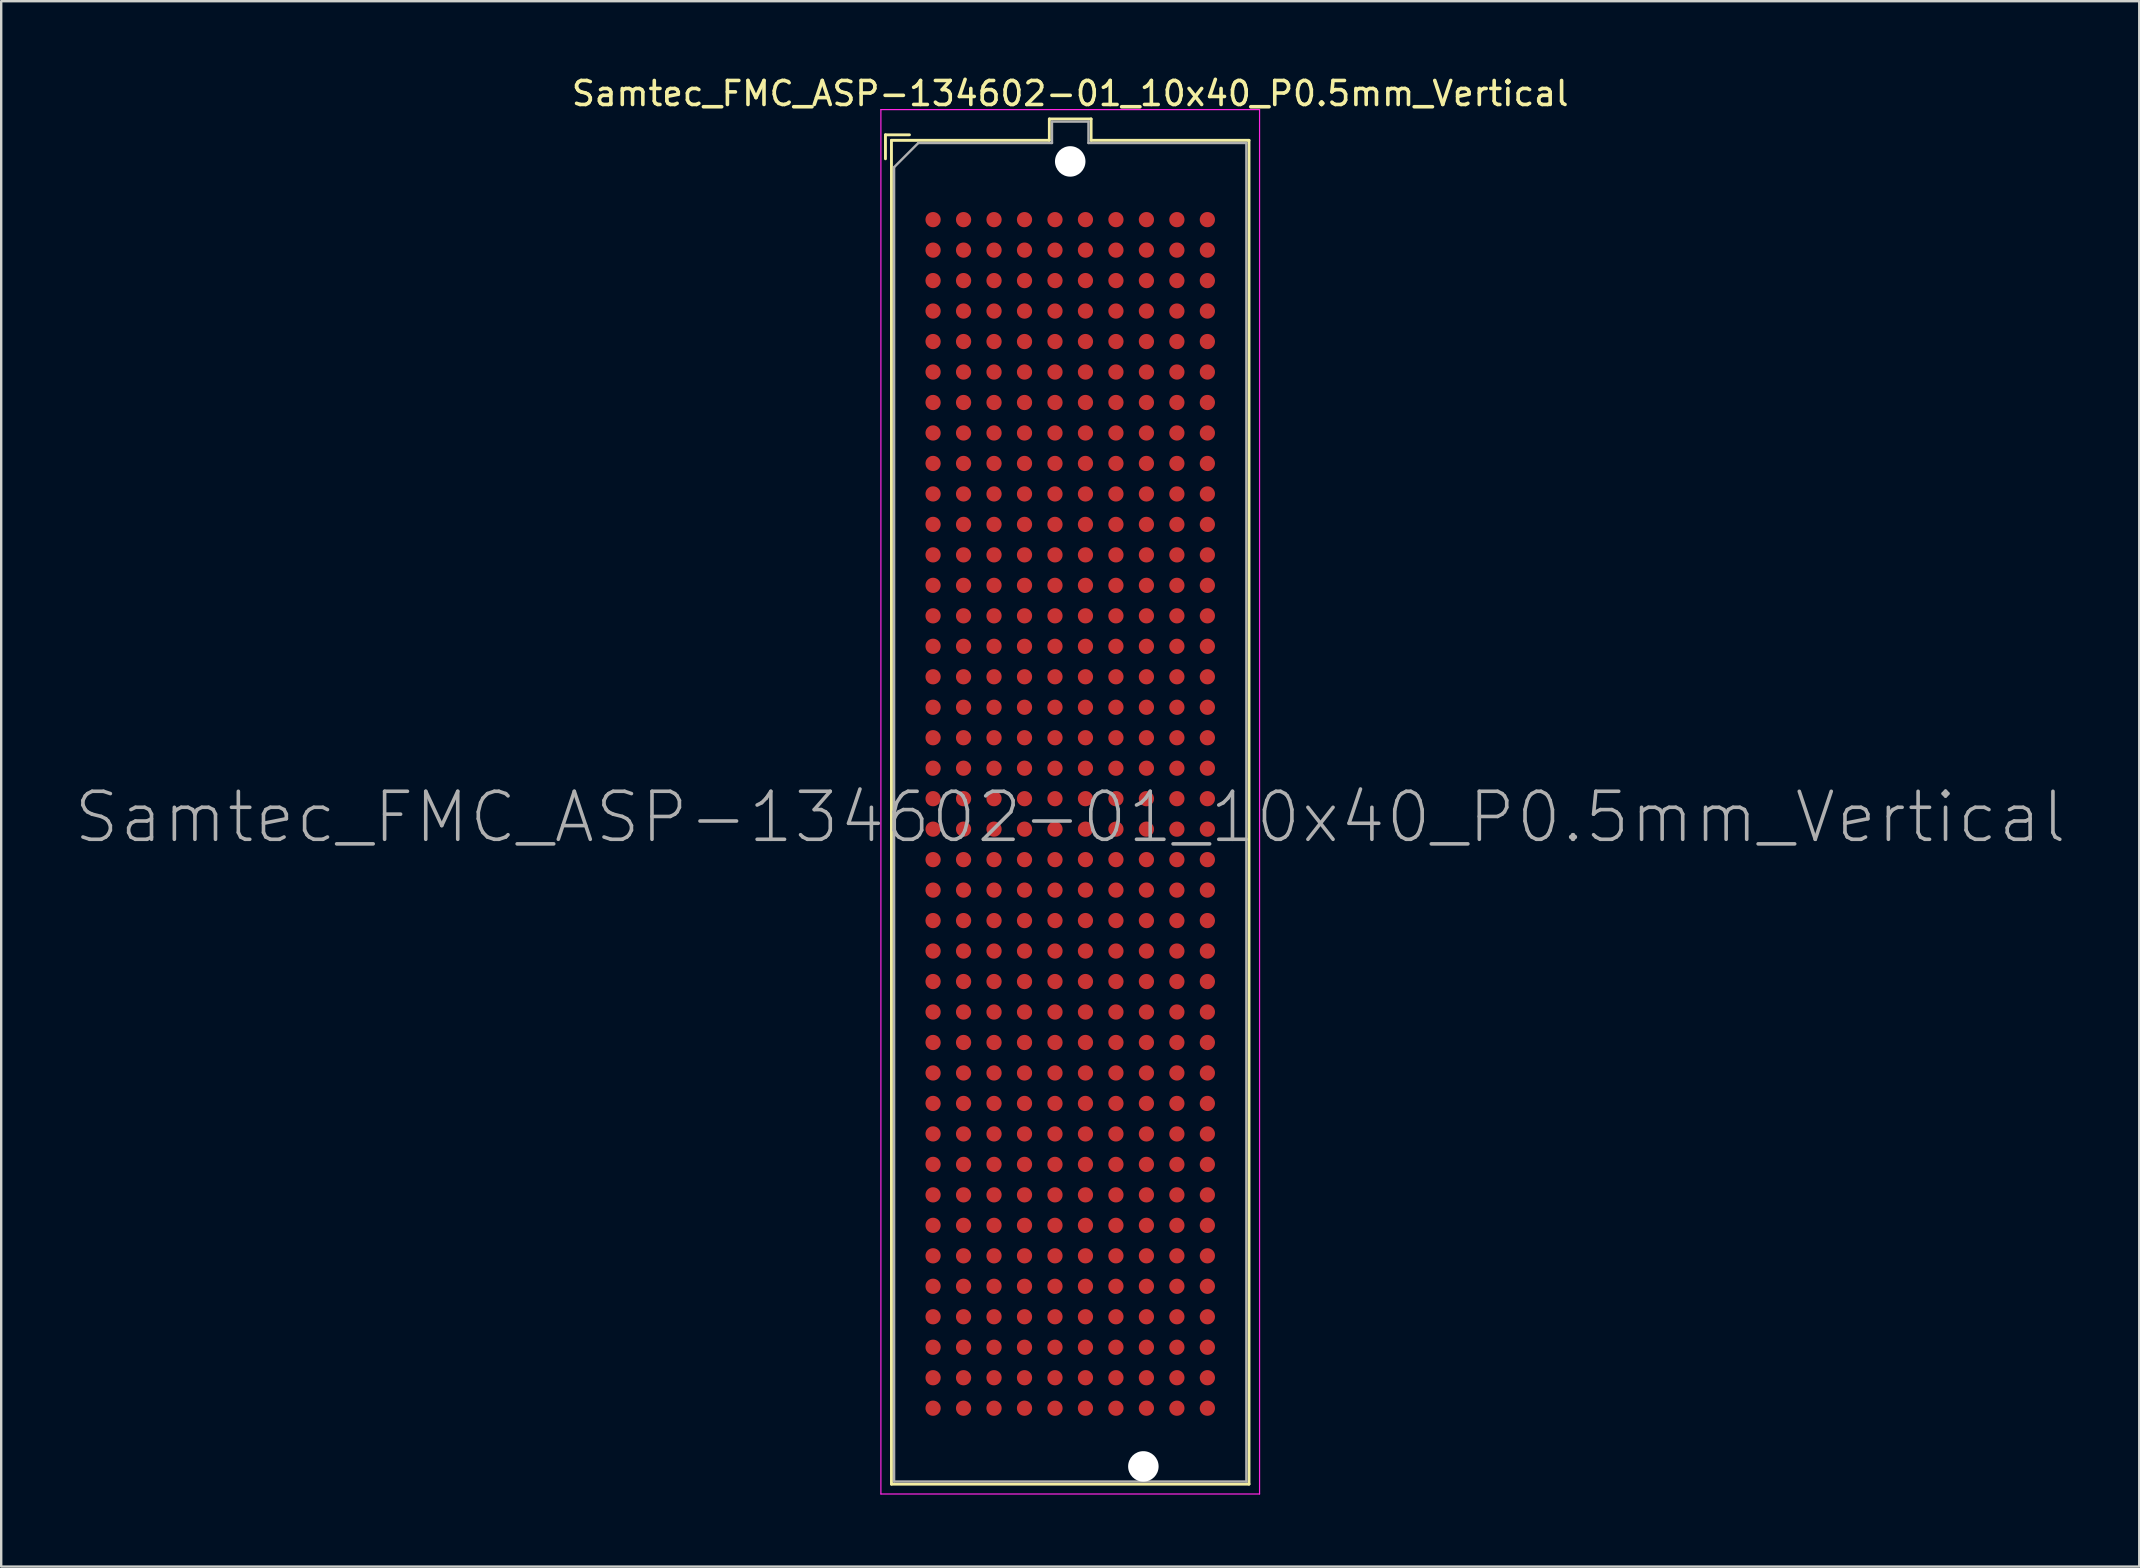
<source format=kicad_pcb>
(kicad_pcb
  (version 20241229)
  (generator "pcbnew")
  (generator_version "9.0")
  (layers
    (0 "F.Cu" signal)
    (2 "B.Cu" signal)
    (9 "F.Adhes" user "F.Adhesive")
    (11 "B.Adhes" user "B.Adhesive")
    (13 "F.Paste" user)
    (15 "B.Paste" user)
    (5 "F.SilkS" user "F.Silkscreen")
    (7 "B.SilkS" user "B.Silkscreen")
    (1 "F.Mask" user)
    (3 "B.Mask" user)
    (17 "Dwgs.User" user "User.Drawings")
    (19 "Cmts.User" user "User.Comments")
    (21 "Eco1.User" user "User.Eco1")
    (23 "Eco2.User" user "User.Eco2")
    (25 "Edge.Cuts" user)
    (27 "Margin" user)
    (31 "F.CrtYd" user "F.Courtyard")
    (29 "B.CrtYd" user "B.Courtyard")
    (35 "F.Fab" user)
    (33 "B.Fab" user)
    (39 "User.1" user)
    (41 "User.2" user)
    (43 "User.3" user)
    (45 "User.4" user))
  (footprint "Samtec_FMC_ASP-134602-01_10x40_P0.5mm_Vertical"
    (layer "F.Cu")
    (at 41.549 30.868)
    (property "Reference" "Samtec_FMC_ASP-134602-01_10x40_P0.5mm_Vertical" (at 0 -30.02 0) (layer "F.SilkS") (effects (font (size 1 1) (thickness 0.15))))
    (attr smd)
    (fp_line (start -7.7 -28.3) (end -6.7 -28.3) (stroke (width 0.12) (type solid)) (layer "F.SilkS"))
    (fp_line (start -7.7 -27.3) (end -7.7 -28.3) (stroke (width 0.12) (type solid)) (layer "F.SilkS"))
    (fp_line (start -7.45 -28.07) (end -7.45 27.93) (stroke (width 0.12) (type solid)) (layer "F.SilkS"))
    (fp_line (start -7.45 27.93) (end 7.45 27.93) (stroke (width 0.12) (type solid)) (layer "F.SilkS"))
    (fp_line (start -0.87 -28.96) (end -0.87 -28.07) (stroke (width 0.12) (type solid)) (layer "F.SilkS"))
    (fp_line (start -0.87 -28.07) (end -7.45 -28.07) (stroke (width 0.12) (type solid)) (layer "F.SilkS"))
    (fp_line (start 0.87 -28.96) (end -0.87 -28.96) (stroke (width 0.12) (type solid)) (layer "F.SilkS"))
    (fp_line (start 0.87 -28.07) (end 0.87 -28.96) (stroke (width 0.12) (type solid)) (layer "F.SilkS"))
    (fp_line (start 7.45 -28.07) (end 0.87 -28.07) (stroke (width 0.12) (type solid)) (layer "F.SilkS"))
    (fp_line (start 7.45 27.93) (end 7.45 -28.07) (stroke (width 0.12) (type solid)) (layer "F.SilkS"))
    (fp_line (start -7.89 -29.35) (end -7.89 28.34) (stroke (width 0.05) (type solid)) (layer "F.CrtYd"))
    (fp_line (start -7.89 -29.35) (end 7.89 -29.35) (stroke (width 0.05) (type solid)) (layer "F.CrtYd"))
    (fp_line (start -7.89 28.34) (end 7.89 28.34) (stroke (width 0.05) (type solid)) (layer "F.CrtYd"))
    (fp_line (start 7.89 -29.35) (end 7.89 28.34) (stroke (width 0.05) (type solid)) (layer "F.CrtYd"))
    (fp_line (start -7.34 -26.95) (end -6.33 -27.96) (stroke (width 0.1) (type solid)) (layer "F.Fab"))
    (fp_line (start -7.34 27.82) (end -7.34 -26.95) (stroke (width 0.1) (type solid)) (layer "F.Fab"))
    (fp_line (start -7.34 27.82) (end 7.34 27.82) (stroke (width 0.1) (type solid)) (layer "F.Fab"))
    (fp_line (start -0.76 -28.85) (end 0.76 -28.85) (stroke (width 0.1) (type solid)) (layer "F.Fab"))
    (fp_line (start -0.76 -27.96) (end -6.33 -27.96) (stroke (width 0.1) (type solid)) (layer "F.Fab"))
    (fp_line (start -0.76 -27.96) (end -0.76 -28.85) (stroke (width 0.1) (type solid)) (layer "F.Fab"))
    (fp_line (start 0.76 -27.96) (end 0.76 -28.85) (stroke (width 0.1) (type solid)) (layer "F.Fab"))
    (fp_line (start 0.76 -27.96) (end 7.34 -27.96) (stroke (width 0.1) (type solid)) (layer "F.Fab"))
    (fp_line (start 7.34 27.82) (end 7.34 -27.96) (stroke (width 0.1) (type solid)) (layer "F.Fab"))
    (fp_text user "${REFERENCE}" (at 0 0.14 0) (layer "F.Fab") (effects (font (size 2 2) (thickness 0.15))))
    (pad "" np_thru_hole circle (at 0 -27.191 90) (size 1.27 1.27) (drill 1.27) (layers "*.Cu" "*.Paste" "*.Mask"))
    (pad "" np_thru_hole circle (at 3.048 27.191 90) (size 1.27 1.27) (drill 1.27) (layers "*.Cu" "*.Paste" "*.Mask"))
    (pad "A1" smd circle (at -5.715 -24.765 90) (size 0.635 0.635) (layers "F.Cu" "F.Mask" "F.Paste"))
    (pad "A2" smd circle (at -5.715 -23.495 90) (size 0.635 0.635) (layers "F.Cu" "F.Mask" "F.Paste"))
    (pad "A3" smd circle (at -5.715 -22.225 90) (size 0.635 0.635) (layers "F.Cu" "F.Mask" "F.Paste"))
    (pad "A4" smd circle (at -5.715 -20.955 90) (size 0.635 0.635) (layers "F.Cu" "F.Mask" "F.Paste"))
    (pad "A5" smd circle (at -5.715 -19.685 90) (size 0.635 0.635) (layers "F.Cu" "F.Mask" "F.Paste"))
    (pad "A6" smd circle (at -5.715 -18.415 90) (size 0.635 0.635) (layers "F.Cu" "F.Mask" "F.Paste"))
    (pad "A7" smd circle (at -5.715 -17.145 90) (size 0.635 0.635) (layers "F.Cu" "F.Mask" "F.Paste"))
    (pad "A8" smd circle (at -5.715 -15.875 90) (size 0.635 0.635) (layers "F.Cu" "F.Mask" "F.Paste"))
    (pad "A9" smd circle (at -5.715 -14.605 90) (size 0.635 0.635) (layers "F.Cu" "F.Mask" "F.Paste"))
    (pad "A10" smd circle (at -5.715 -13.335 90) (size 0.635 0.635) (layers "F.Cu" "F.Mask" "F.Paste"))
    (pad "A11" smd circle (at -5.715 -12.065 90) (size 0.635 0.635) (layers "F.Cu" "F.Mask" "F.Paste"))
    (pad "A12" smd circle (at -5.715 -10.795 90) (size 0.635 0.635) (layers "F.Cu" "F.Mask" "F.Paste"))
    (pad "A13" smd circle (at -5.715 -9.525 90) (size 0.635 0.635) (layers "F.Cu" "F.Mask" "F.Paste"))
    (pad "A14" smd circle (at -5.715 -8.255 90) (size 0.635 0.635) (layers "F.Cu" "F.Mask" "F.Paste"))
    (pad "A15" smd circle (at -5.715 -6.985 90) (size 0.635 0.635) (layers "F.Cu" "F.Mask" "F.Paste"))
    (pad "A16" smd circle (at -5.715 -5.715 90) (size 0.635 0.635) (layers "F.Cu" "F.Mask" "F.Paste"))
    (pad "A17" smd circle (at -5.715 -4.445 90) (size 0.635 0.635) (layers "F.Cu" "F.Mask" "F.Paste"))
    (pad "A18" smd circle (at -5.715 -3.175 90) (size 0.635 0.635) (layers "F.Cu" "F.Mask" "F.Paste"))
    (pad "A19" smd circle (at -5.715 -1.905 90) (size 0.635 0.635) (layers "F.Cu" "F.Mask" "F.Paste"))
    (pad "A20" smd circle (at -5.715 -0.635 90) (size 0.635 0.635) (layers "F.Cu" "F.Mask" "F.Paste"))
    (pad "A21" smd circle (at -5.715 0.635 90) (size 0.635 0.635) (layers "F.Cu" "F.Mask" "F.Paste"))
    (pad "A22" smd circle (at -5.715 1.905 90) (size 0.635 0.635) (layers "F.Cu" "F.Mask" "F.Paste"))
    (pad "A23" smd circle (at -5.715 3.175 90) (size 0.635 0.635) (layers "F.Cu" "F.Mask" "F.Paste"))
    (pad "A24" smd circle (at -5.715 4.445 90) (size 0.635 0.635) (layers "F.Cu" "F.Mask" "F.Paste"))
    (pad "A25" smd circle (at -5.715 5.715 90) (size 0.635 0.635) (layers "F.Cu" "F.Mask" "F.Paste"))
    (pad "A26" smd circle (at -5.715 6.985 90) (size 0.635 0.635) (layers "F.Cu" "F.Mask" "F.Paste"))
    (pad "A27" smd circle (at -5.715 8.255 90) (size 0.635 0.635) (layers "F.Cu" "F.Mask" "F.Paste"))
    (pad "A28" smd circle (at -5.715 9.525 90) (size 0.635 0.635) (layers "F.Cu" "F.Mask" "F.Paste"))
    (pad "A29" smd circle (at -5.715 10.795 90) (size 0.635 0.635) (layers "F.Cu" "F.Mask" "F.Paste"))
    (pad "A30" smd circle (at -5.715 12.065 90) (size 0.635 0.635) (layers "F.Cu" "F.Mask" "F.Paste"))
    (pad "A31" smd circle (at -5.715 13.335 90) (size 0.635 0.635) (layers "F.Cu" "F.Mask" "F.Paste"))
    (pad "A32" smd circle (at -5.715 14.605 90) (size 0.635 0.635) (layers "F.Cu" "F.Mask" "F.Paste"))
    (pad "A33" smd circle (at -5.715 15.875 90) (size 0.635 0.635) (layers "F.Cu" "F.Mask" "F.Paste"))
    (pad "A34" smd circle (at -5.715 17.145 90) (size 0.635 0.635) (layers "F.Cu" "F.Mask" "F.Paste"))
    (pad "A35" smd circle (at -5.715 18.415 90) (size 0.635 0.635) (layers "F.Cu" "F.Mask" "F.Paste"))
    (pad "A36" smd circle (at -5.715 19.685 90) (size 0.635 0.635) (layers "F.Cu" "F.Mask" "F.Paste"))
    (pad "A37" smd circle (at -5.715 20.955 90) (size 0.635 0.635) (layers "F.Cu" "F.Mask" "F.Paste"))
    (pad "A38" smd circle (at -5.715 22.225 90) (size 0.635 0.635) (layers "F.Cu" "F.Mask" "F.Paste"))
    (pad "A39" smd circle (at -5.715 23.495 90) (size 0.635 0.635) (layers "F.Cu" "F.Mask" "F.Paste"))
    (pad "A40" smd circle (at -5.715 24.765 90) (size 0.635 0.635) (layers "F.Cu" "F.Mask" "F.Paste"))
    (pad "B1" smd circle (at -4.445 -24.765 90) (size 0.635 0.635) (layers "F.Cu" "F.Mask" "F.Paste"))
    (pad "B2" smd circle (at -4.445 -23.495 90) (size 0.635 0.635) (layers "F.Cu" "F.Mask" "F.Paste"))
    (pad "B3" smd circle (at -4.445 -22.225 90) (size 0.635 0.635) (layers "F.Cu" "F.Mask" "F.Paste"))
    (pad "B4" smd circle (at -4.445 -20.955 90) (size 0.635 0.635) (layers "F.Cu" "F.Mask" "F.Paste"))
    (pad "B5" smd circle (at -4.445 -19.685 90) (size 0.635 0.635) (layers "F.Cu" "F.Mask" "F.Paste"))
    (pad "B6" smd circle (at -4.445 -18.415 90) (size 0.635 0.635) (layers "F.Cu" "F.Mask" "F.Paste"))
    (pad "B7" smd circle (at -4.445 -17.145 90) (size 0.635 0.635) (layers "F.Cu" "F.Mask" "F.Paste"))
    (pad "B8" smd circle (at -4.445 -15.875 90) (size 0.635 0.635) (layers "F.Cu" "F.Mask" "F.Paste"))
    (pad "B9" smd circle (at -4.445 -14.605 90) (size 0.635 0.635) (layers "F.Cu" "F.Mask" "F.Paste"))
    (pad "B10" smd circle (at -4.445 -13.335 90) (size 0.635 0.635) (layers "F.Cu" "F.Mask" "F.Paste"))
    (pad "B11" smd circle (at -4.445 -12.065 90) (size 0.635 0.635) (layers "F.Cu" "F.Mask" "F.Paste"))
    (pad "B12" smd circle (at -4.445 -10.795 90) (size 0.635 0.635) (layers "F.Cu" "F.Mask" "F.Paste"))
    (pad "B13" smd circle (at -4.445 -9.525 90) (size 0.635 0.635) (layers "F.Cu" "F.Mask" "F.Paste"))
    (pad "B14" smd circle (at -4.445 -8.255 90) (size 0.635 0.635) (layers "F.Cu" "F.Mask" "F.Paste"))
    (pad "B15" smd circle (at -4.445 -6.985 90) (size 0.635 0.635) (layers "F.Cu" "F.Mask" "F.Paste"))
    (pad "B16" smd circle (at -4.445 -5.715 90) (size 0.635 0.635) (layers "F.Cu" "F.Mask" "F.Paste"))
    (pad "B17" smd circle (at -4.445 -4.445 90) (size 0.635 0.635) (layers "F.Cu" "F.Mask" "F.Paste"))
    (pad "B18" smd circle (at -4.445 -3.175 90) (size 0.635 0.635) (layers "F.Cu" "F.Mask" "F.Paste"))
    (pad "B19" smd circle (at -4.445 -1.905 90) (size 0.635 0.635) (layers "F.Cu" "F.Mask" "F.Paste"))
    (pad "B20" smd circle (at -4.445 -0.635 90) (size 0.635 0.635) (layers "F.Cu" "F.Mask" "F.Paste"))
    (pad "B21" smd circle (at -4.445 0.635 90) (size 0.635 0.635) (layers "F.Cu" "F.Mask" "F.Paste"))
    (pad "B22" smd circle (at -4.445 1.905 90) (size 0.635 0.635) (layers "F.Cu" "F.Mask" "F.Paste"))
    (pad "B23" smd circle (at -4.445 3.175 90) (size 0.635 0.635) (layers "F.Cu" "F.Mask" "F.Paste"))
    (pad "B24" smd circle (at -4.445 4.445 90) (size 0.635 0.635) (layers "F.Cu" "F.Mask" "F.Paste"))
    (pad "B25" smd circle (at -4.445 5.715 90) (size 0.635 0.635) (layers "F.Cu" "F.Mask" "F.Paste"))
    (pad "B26" smd circle (at -4.445 6.985 90) (size 0.635 0.635) (layers "F.Cu" "F.Mask" "F.Paste"))
    (pad "B27" smd circle (at -4.445 8.255 90) (size 0.635 0.635) (layers "F.Cu" "F.Mask" "F.Paste"))
    (pad "B28" smd circle (at -4.445 9.525 90) (size 0.635 0.635) (layers "F.Cu" "F.Mask" "F.Paste"))
    (pad "B29" smd circle (at -4.445 10.795 90) (size 0.635 0.635) (layers "F.Cu" "F.Mask" "F.Paste"))
    (pad "B30" smd circle (at -4.445 12.065 90) (size 0.635 0.635) (layers "F.Cu" "F.Mask" "F.Paste"))
    (pad "B31" smd circle (at -4.445 13.335 90) (size 0.635 0.635) (layers "F.Cu" "F.Mask" "F.Paste"))
    (pad "B32" smd circle (at -4.445 14.605 90) (size 0.635 0.635) (layers "F.Cu" "F.Mask" "F.Paste"))
    (pad "B33" smd circle (at -4.445 15.875 90) (size 0.635 0.635) (layers "F.Cu" "F.Mask" "F.Paste"))
    (pad "B34" smd circle (at -4.445 17.145 90) (size 0.635 0.635) (layers "F.Cu" "F.Mask" "F.Paste"))
    (pad "B35" smd circle (at -4.445 18.415 90) (size 0.635 0.635) (layers "F.Cu" "F.Mask" "F.Paste"))
    (pad "B36" smd circle (at -4.445 19.685 90) (size 0.635 0.635) (layers "F.Cu" "F.Mask" "F.Paste"))
    (pad "B37" smd circle (at -4.445 20.955 90) (size 0.635 0.635) (layers "F.Cu" "F.Mask" "F.Paste"))
    (pad "B38" smd circle (at -4.445 22.225 90) (size 0.635 0.635) (layers "F.Cu" "F.Mask" "F.Paste"))
    (pad "B39" smd circle (at -4.445 23.495 90) (size 0.635 0.635) (layers "F.Cu" "F.Mask" "F.Paste"))
    (pad "B40" smd circle (at -4.445 24.765 90) (size 0.635 0.635) (layers "F.Cu" "F.Mask" "F.Paste"))
    (pad "C1" smd circle (at -3.175 -24.765 90) (size 0.635 0.635) (layers "F.Cu" "F.Mask" "F.Paste"))
    (pad "C2" smd circle (at -3.175 -23.495 90) (size 0.635 0.635) (layers "F.Cu" "F.Mask" "F.Paste"))
    (pad "C3" smd circle (at -3.175 -22.225 90) (size 0.635 0.635) (layers "F.Cu" "F.Mask" "F.Paste"))
    (pad "C4" smd circle (at -3.175 -20.955 90) (size 0.635 0.635) (layers "F.Cu" "F.Mask" "F.Paste"))
    (pad "C5" smd circle (at -3.175 -19.685 90) (size 0.635 0.635) (layers "F.Cu" "F.Mask" "F.Paste"))
    (pad "C6" smd circle (at -3.175 -18.415 90) (size 0.635 0.635) (layers "F.Cu" "F.Mask" "F.Paste"))
    (pad "C7" smd circle (at -3.175 -17.145 90) (size 0.635 0.635) (layers "F.Cu" "F.Mask" "F.Paste"))
    (pad "C8" smd circle (at -3.175 -15.875 90) (size 0.635 0.635) (layers "F.Cu" "F.Mask" "F.Paste"))
    (pad "C9" smd circle (at -3.175 -14.605 90) (size 0.635 0.635) (layers "F.Cu" "F.Mask" "F.Paste"))
    (pad "C10" smd circle (at -3.175 -13.335 90) (size 0.635 0.635) (layers "F.Cu" "F.Mask" "F.Paste"))
    (pad "C11" smd circle (at -3.175 -12.065 90) (size 0.635 0.635) (layers "F.Cu" "F.Mask" "F.Paste"))
    (pad "C12" smd circle (at -3.175 -10.795 90) (size 0.635 0.635) (layers "F.Cu" "F.Mask" "F.Paste"))
    (pad "C13" smd circle (at -3.175 -9.525 90) (size 0.635 0.635) (layers "F.Cu" "F.Mask" "F.Paste"))
    (pad "C14" smd circle (at -3.175 -8.255 90) (size 0.635 0.635) (layers "F.Cu" "F.Mask" "F.Paste"))
    (pad "C15" smd circle (at -3.175 -6.985 90) (size 0.635 0.635) (layers "F.Cu" "F.Mask" "F.Paste"))
    (pad "C16" smd circle (at -3.175 -5.715 90) (size 0.635 0.635) (layers "F.Cu" "F.Mask" "F.Paste"))
    (pad "C17" smd circle (at -3.175 -4.445 90) (size 0.635 0.635) (layers "F.Cu" "F.Mask" "F.Paste"))
    (pad "C18" smd circle (at -3.175 -3.175 90) (size 0.635 0.635) (layers "F.Cu" "F.Mask" "F.Paste"))
    (pad "C19" smd circle (at -3.175 -1.905 90) (size 0.635 0.635) (layers "F.Cu" "F.Mask" "F.Paste"))
    (pad "C20" smd circle (at -3.175 -0.635 90) (size 0.635 0.635) (layers "F.Cu" "F.Mask" "F.Paste"))
    (pad "C21" smd circle (at -3.175 0.635 90) (size 0.635 0.635) (layers "F.Cu" "F.Mask" "F.Paste"))
    (pad "C22" smd circle (at -3.175 1.905 90) (size 0.635 0.635) (layers "F.Cu" "F.Mask" "F.Paste"))
    (pad "C23" smd circle (at -3.175 3.175 90) (size 0.635 0.635) (layers "F.Cu" "F.Mask" "F.Paste"))
    (pad "C24" smd circle (at -3.175 4.445 90) (size 0.635 0.635) (layers "F.Cu" "F.Mask" "F.Paste"))
    (pad "C25" smd circle (at -3.175 5.715 90) (size 0.635 0.635) (layers "F.Cu" "F.Mask" "F.Paste"))
    (pad "C26" smd circle (at -3.175 6.985 90) (size 0.635 0.635) (layers "F.Cu" "F.Mask" "F.Paste"))
    (pad "C27" smd circle (at -3.175 8.255 90) (size 0.635 0.635) (layers "F.Cu" "F.Mask" "F.Paste"))
    (pad "C28" smd circle (at -3.175 9.525 90) (size 0.635 0.635) (layers "F.Cu" "F.Mask" "F.Paste"))
    (pad "C29" smd circle (at -3.175 10.795 90) (size 0.635 0.635) (layers "F.Cu" "F.Mask" "F.Paste"))
    (pad "C30" smd circle (at -3.175 12.065 90) (size 0.635 0.635) (layers "F.Cu" "F.Mask" "F.Paste"))
    (pad "C31" smd circle (at -3.175 13.335 90) (size 0.635 0.635) (layers "F.Cu" "F.Mask" "F.Paste"))
    (pad "C32" smd circle (at -3.175 14.605 90) (size 0.635 0.635) (layers "F.Cu" "F.Mask" "F.Paste"))
    (pad "C33" smd circle (at -3.175 15.875 90) (size 0.635 0.635) (layers "F.Cu" "F.Mask" "F.Paste"))
    (pad "C34" smd circle (at -3.175 17.145 90) (size 0.635 0.635) (layers "F.Cu" "F.Mask" "F.Paste"))
    (pad "C35" smd circle (at -3.175 18.415 90) (size 0.635 0.635) (layers "F.Cu" "F.Mask" "F.Paste"))
    (pad "C36" smd circle (at -3.175 19.685 90) (size 0.635 0.635) (layers "F.Cu" "F.Mask" "F.Paste"))
    (pad "C37" smd circle (at -3.175 20.955 90) (size 0.635 0.635) (layers "F.Cu" "F.Mask" "F.Paste"))
    (pad "C38" smd circle (at -3.175 22.225 90) (size 0.635 0.635) (layers "F.Cu" "F.Mask" "F.Paste"))
    (pad "C39" smd circle (at -3.175 23.495 90) (size 0.635 0.635) (layers "F.Cu" "F.Mask" "F.Paste"))
    (pad "C40" smd circle (at -3.175 24.765 90) (size 0.635 0.635) (layers "F.Cu" "F.Mask" "F.Paste"))
    (pad "D1" smd circle (at -1.905 -24.765 90) (size 0.635 0.635) (layers "F.Cu" "F.Mask" "F.Paste"))
    (pad "D2" smd circle (at -1.905 -23.495 90) (size 0.635 0.635) (layers "F.Cu" "F.Mask" "F.Paste"))
    (pad "D3" smd circle (at -1.905 -22.225 90) (size 0.635 0.635) (layers "F.Cu" "F.Mask" "F.Paste"))
    (pad "D4" smd circle (at -1.905 -20.955 90) (size 0.635 0.635) (layers "F.Cu" "F.Mask" "F.Paste"))
    (pad "D5" smd circle (at -1.905 -19.685 90) (size 0.635 0.635) (layers "F.Cu" "F.Mask" "F.Paste"))
    (pad "D6" smd circle (at -1.905 -18.415 90) (size 0.635 0.635) (layers "F.Cu" "F.Mask" "F.Paste"))
    (pad "D7" smd circle (at -1.905 -17.145 90) (size 0.635 0.635) (layers "F.Cu" "F.Mask" "F.Paste"))
    (pad "D8" smd circle (at -1.905 -15.875 90) (size 0.635 0.635) (layers "F.Cu" "F.Mask" "F.Paste"))
    (pad "D9" smd circle (at -1.905 -14.605 90) (size 0.635 0.635) (layers "F.Cu" "F.Mask" "F.Paste"))
    (pad "D10" smd circle (at -1.905 -13.335 90) (size 0.635 0.635) (layers "F.Cu" "F.Mask" "F.Paste"))
    (pad "D11" smd circle (at -1.905 -12.065 90) (size 0.635 0.635) (layers "F.Cu" "F.Mask" "F.Paste"))
    (pad "D12" smd circle (at -1.905 -10.795 90) (size 0.635 0.635) (layers "F.Cu" "F.Mask" "F.Paste"))
    (pad "D13" smd circle (at -1.905 -9.525 90) (size 0.635 0.635) (layers "F.Cu" "F.Mask" "F.Paste"))
    (pad "D14" smd circle (at -1.905 -8.255 90) (size 0.635 0.635) (layers "F.Cu" "F.Mask" "F.Paste"))
    (pad "D15" smd circle (at -1.905 -6.985 90) (size 0.635 0.635) (layers "F.Cu" "F.Mask" "F.Paste"))
    (pad "D16" smd circle (at -1.905 -5.715 90) (size 0.635 0.635) (layers "F.Cu" "F.Mask" "F.Paste"))
    (pad "D17" smd circle (at -1.905 -4.445 90) (size 0.635 0.635) (layers "F.Cu" "F.Mask" "F.Paste"))
    (pad "D18" smd circle (at -1.905 -3.175 90) (size 0.635 0.635) (layers "F.Cu" "F.Mask" "F.Paste"))
    (pad "D19" smd circle (at -1.905 -1.905 90) (size 0.635 0.635) (layers "F.Cu" "F.Mask" "F.Paste"))
    (pad "D20" smd circle (at -1.905 -0.635 90) (size 0.635 0.635) (layers "F.Cu" "F.Mask" "F.Paste"))
    (pad "D21" smd circle (at -1.905 0.635 90) (size 0.635 0.635) (layers "F.Cu" "F.Mask" "F.Paste"))
    (pad "D22" smd circle (at -1.905 1.905 90) (size 0.635 0.635) (layers "F.Cu" "F.Mask" "F.Paste"))
    (pad "D23" smd circle (at -1.905 3.175 90) (size 0.635 0.635) (layers "F.Cu" "F.Mask" "F.Paste"))
    (pad "D24" smd circle (at -1.905 4.445 90) (size 0.635 0.635) (layers "F.Cu" "F.Mask" "F.Paste"))
    (pad "D25" smd circle (at -1.905 5.715 90) (size 0.635 0.635) (layers "F.Cu" "F.Mask" "F.Paste"))
    (pad "D26" smd circle (at -1.905 6.985 90) (size 0.635 0.635) (layers "F.Cu" "F.Mask" "F.Paste"))
    (pad "D27" smd circle (at -1.905 8.255 90) (size 0.635 0.635) (layers "F.Cu" "F.Mask" "F.Paste"))
    (pad "D28" smd circle (at -1.905 9.525 90) (size 0.635 0.635) (layers "F.Cu" "F.Mask" "F.Paste"))
    (pad "D29" smd circle (at -1.905 10.795 90) (size 0.635 0.635) (layers "F.Cu" "F.Mask" "F.Paste"))
    (pad "D30" smd circle (at -1.905 12.065 90) (size 0.635 0.635) (layers "F.Cu" "F.Mask" "F.Paste"))
    (pad "D31" smd circle (at -1.905 13.335 90) (size 0.635 0.635) (layers "F.Cu" "F.Mask" "F.Paste"))
    (pad "D32" smd circle (at -1.905 14.605 90) (size 0.635 0.635) (layers "F.Cu" "F.Mask" "F.Paste"))
    (pad "D33" smd circle (at -1.905 15.875 90) (size 0.635 0.635) (layers "F.Cu" "F.Mask" "F.Paste"))
    (pad "D34" smd circle (at -1.905 17.145 90) (size 0.635 0.635) (layers "F.Cu" "F.Mask" "F.Paste"))
    (pad "D35" smd circle (at -1.905 18.415 90) (size 0.635 0.635) (layers "F.Cu" "F.Mask" "F.Paste"))
    (pad "D36" smd circle (at -1.905 19.685 90) (size 0.635 0.635) (layers "F.Cu" "F.Mask" "F.Paste"))
    (pad "D37" smd circle (at -1.905 20.955 90) (size 0.635 0.635) (layers "F.Cu" "F.Mask" "F.Paste"))
    (pad "D38" smd circle (at -1.905 22.225 90) (size 0.635 0.635) (layers "F.Cu" "F.Mask" "F.Paste"))
    (pad "D39" smd circle (at -1.905 23.495 90) (size 0.635 0.635) (layers "F.Cu" "F.Mask" "F.Paste"))
    (pad "D40" smd circle (at -1.905 24.765 90) (size 0.635 0.635) (layers "F.Cu" "F.Mask" "F.Paste"))
    (pad "E1" smd circle (at -0.635 -24.765 90) (size 0.635 0.635) (layers "F.Cu" "F.Mask" "F.Paste"))
    (pad "E2" smd circle (at -0.635 -23.495 90) (size 0.635 0.635) (layers "F.Cu" "F.Mask" "F.Paste"))
    (pad "E3" smd circle (at -0.635 -22.225 90) (size 0.635 0.635) (layers "F.Cu" "F.Mask" "F.Paste"))
    (pad "E4" smd circle (at -0.635 -20.955 90) (size 0.635 0.635) (layers "F.Cu" "F.Mask" "F.Paste"))
    (pad "E5" smd circle (at -0.635 -19.685 90) (size 0.635 0.635) (layers "F.Cu" "F.Mask" "F.Paste"))
    (pad "E6" smd circle (at -0.635 -18.415 90) (size 0.635 0.635) (layers "F.Cu" "F.Mask" "F.Paste"))
    (pad "E7" smd circle (at -0.635 -17.145 90) (size 0.635 0.635) (layers "F.Cu" "F.Mask" "F.Paste"))
    (pad "E8" smd circle (at -0.635 -15.875 90) (size 0.635 0.635) (layers "F.Cu" "F.Mask" "F.Paste"))
    (pad "E9" smd circle (at -0.635 -14.605 90) (size 0.635 0.635) (layers "F.Cu" "F.Mask" "F.Paste"))
    (pad "E10" smd circle (at -0.635 -13.335 90) (size 0.635 0.635) (layers "F.Cu" "F.Mask" "F.Paste"))
    (pad "E11" smd circle (at -0.635 -12.065 90) (size 0.635 0.635) (layers "F.Cu" "F.Mask" "F.Paste"))
    (pad "E12" smd circle (at -0.635 -10.795 90) (size 0.635 0.635) (layers "F.Cu" "F.Mask" "F.Paste"))
    (pad "E13" smd circle (at -0.635 -9.525 90) (size 0.635 0.635) (layers "F.Cu" "F.Mask" "F.Paste"))
    (pad "E14" smd circle (at -0.635 -8.255 90) (size 0.635 0.635) (layers "F.Cu" "F.Mask" "F.Paste"))
    (pad "E15" smd circle (at -0.635 -6.985 90) (size 0.635 0.635) (layers "F.Cu" "F.Mask" "F.Paste"))
    (pad "E16" smd circle (at -0.635 -5.715 90) (size 0.635 0.635) (layers "F.Cu" "F.Mask" "F.Paste"))
    (pad "E17" smd circle (at -0.635 -4.445 90) (size 0.635 0.635) (layers "F.Cu" "F.Mask" "F.Paste"))
    (pad "E18" smd circle (at -0.635 -3.175 90) (size 0.635 0.635) (layers "F.Cu" "F.Mask" "F.Paste"))
    (pad "E19" smd circle (at -0.635 -1.905 90) (size 0.635 0.635) (layers "F.Cu" "F.Mask" "F.Paste"))
    (pad "E20" smd circle (at -0.635 -0.635 90) (size 0.635 0.635) (layers "F.Cu" "F.Mask" "F.Paste"))
    (pad "E21" smd circle (at -0.635 0.635 90) (size 0.635 0.635) (layers "F.Cu" "F.Mask" "F.Paste"))
    (pad "E22" smd circle (at -0.635 1.905 90) (size 0.635 0.635) (layers "F.Cu" "F.Mask" "F.Paste"))
    (pad "E23" smd circle (at -0.635 3.175 90) (size 0.635 0.635) (layers "F.Cu" "F.Mask" "F.Paste"))
    (pad "E24" smd circle (at -0.635 4.445 90) (size 0.635 0.635) (layers "F.Cu" "F.Mask" "F.Paste"))
    (pad "E25" smd circle (at -0.635 5.715 90) (size 0.635 0.635) (layers "F.Cu" "F.Mask" "F.Paste"))
    (pad "E26" smd circle (at -0.635 6.985 90) (size 0.635 0.635) (layers "F.Cu" "F.Mask" "F.Paste"))
    (pad "E27" smd circle (at -0.635 8.255 90) (size 0.635 0.635) (layers "F.Cu" "F.Mask" "F.Paste"))
    (pad "E28" smd circle (at -0.635 9.525 90) (size 0.635 0.635) (layers "F.Cu" "F.Mask" "F.Paste"))
    (pad "E29" smd circle (at -0.635 10.795 90) (size 0.635 0.635) (layers "F.Cu" "F.Mask" "F.Paste"))
    (pad "E30" smd circle (at -0.635 12.065 90) (size 0.635 0.635) (layers "F.Cu" "F.Mask" "F.Paste"))
    (pad "E31" smd circle (at -0.635 13.335 90) (size 0.635 0.635) (layers "F.Cu" "F.Mask" "F.Paste"))
    (pad "E32" smd circle (at -0.635 14.605 90) (size 0.635 0.635) (layers "F.Cu" "F.Mask" "F.Paste"))
    (pad "E33" smd circle (at -0.635 15.875 90) (size 0.635 0.635) (layers "F.Cu" "F.Mask" "F.Paste"))
    (pad "E34" smd circle (at -0.635 17.145 90) (size 0.635 0.635) (layers "F.Cu" "F.Mask" "F.Paste"))
    (pad "E35" smd circle (at -0.635 18.415 90) (size 0.635 0.635) (layers "F.Cu" "F.Mask" "F.Paste"))
    (pad "E36" smd circle (at -0.635 19.685 90) (size 0.635 0.635) (layers "F.Cu" "F.Mask" "F.Paste"))
    (pad "E37" smd circle (at -0.635 20.955 90) (size 0.635 0.635) (layers "F.Cu" "F.Mask" "F.Paste"))
    (pad "E38" smd circle (at -0.635 22.225 90) (size 0.635 0.635) (layers "F.Cu" "F.Mask" "F.Paste"))
    (pad "E39" smd circle (at -0.635 23.495 90) (size 0.635 0.635) (layers "F.Cu" "F.Mask" "F.Paste"))
    (pad "E40" smd circle (at -0.635 24.765 90) (size 0.635 0.635) (layers "F.Cu" "F.Mask" "F.Paste"))
    (pad "F1" smd circle (at 0.635 -24.765 90) (size 0.635 0.635) (layers "F.Cu" "F.Mask" "F.Paste"))
    (pad "F2" smd circle (at 0.635 -23.495 90) (size 0.635 0.635) (layers "F.Cu" "F.Mask" "F.Paste"))
    (pad "F3" smd circle (at 0.635 -22.225 90) (size 0.635 0.635) (layers "F.Cu" "F.Mask" "F.Paste"))
    (pad "F4" smd circle (at 0.635 -20.955 90) (size 0.635 0.635) (layers "F.Cu" "F.Mask" "F.Paste"))
    (pad "F5" smd circle (at 0.635 -19.685 90) (size 0.635 0.635) (layers "F.Cu" "F.Mask" "F.Paste"))
    (pad "F6" smd circle (at 0.635 -18.415 90) (size 0.635 0.635) (layers "F.Cu" "F.Mask" "F.Paste"))
    (pad "F7" smd circle (at 0.635 -17.145 90) (size 0.635 0.635) (layers "F.Cu" "F.Mask" "F.Paste"))
    (pad "F8" smd circle (at 0.635 -15.875 90) (size 0.635 0.635) (layers "F.Cu" "F.Mask" "F.Paste"))
    (pad "F9" smd circle (at 0.635 -14.605 90) (size 0.635 0.635) (layers "F.Cu" "F.Mask" "F.Paste"))
    (pad "F10" smd circle (at 0.635 -13.335 90) (size 0.635 0.635) (layers "F.Cu" "F.Mask" "F.Paste"))
    (pad "F11" smd circle (at 0.635 -12.065 90) (size 0.635 0.635) (layers "F.Cu" "F.Mask" "F.Paste"))
    (pad "F12" smd circle (at 0.635 -10.795 90) (size 0.635 0.635) (layers "F.Cu" "F.Mask" "F.Paste"))
    (pad "F13" smd circle (at 0.635 -9.525 90) (size 0.635 0.635) (layers "F.Cu" "F.Mask" "F.Paste"))
    (pad "F14" smd circle (at 0.635 -8.255 90) (size 0.635 0.635) (layers "F.Cu" "F.Mask" "F.Paste"))
    (pad "F15" smd circle (at 0.635 -6.985 90) (size 0.635 0.635) (layers "F.Cu" "F.Mask" "F.Paste"))
    (pad "F16" smd circle (at 0.635 -5.715 90) (size 0.635 0.635) (layers "F.Cu" "F.Mask" "F.Paste"))
    (pad "F17" smd circle (at 0.635 -4.445 90) (size 0.635 0.635) (layers "F.Cu" "F.Mask" "F.Paste"))
    (pad "F18" smd circle (at 0.635 -3.175 90) (size 0.635 0.635) (layers "F.Cu" "F.Mask" "F.Paste"))
    (pad "F19" smd circle (at 0.635 -1.905 90) (size 0.635 0.635) (layers "F.Cu" "F.Mask" "F.Paste"))
    (pad "F20" smd circle (at 0.635 -0.635 90) (size 0.635 0.635) (layers "F.Cu" "F.Mask" "F.Paste"))
    (pad "F21" smd circle (at 0.635 0.635 90) (size 0.635 0.635) (layers "F.Cu" "F.Mask" "F.Paste"))
    (pad "F22" smd circle (at 0.635 1.905 90) (size 0.635 0.635) (layers "F.Cu" "F.Mask" "F.Paste"))
    (pad "F23" smd circle (at 0.635 3.175 90) (size 0.635 0.635) (layers "F.Cu" "F.Mask" "F.Paste"))
    (pad "F24" smd circle (at 0.635 4.445 90) (size 0.635 0.635) (layers "F.Cu" "F.Mask" "F.Paste"))
    (pad "F25" smd circle (at 0.635 5.715 90) (size 0.635 0.635) (layers "F.Cu" "F.Mask" "F.Paste"))
    (pad "F26" smd circle (at 0.635 6.985 90) (size 0.635 0.635) (layers "F.Cu" "F.Mask" "F.Paste"))
    (pad "F27" smd circle (at 0.635 8.255 90) (size 0.635 0.635) (layers "F.Cu" "F.Mask" "F.Paste"))
    (pad "F28" smd circle (at 0.635 9.525 90) (size 0.635 0.635) (layers "F.Cu" "F.Mask" "F.Paste"))
    (pad "F29" smd circle (at 0.635 10.795 90) (size 0.635 0.635) (layers "F.Cu" "F.Mask" "F.Paste"))
    (pad "F30" smd circle (at 0.635 12.065 90) (size 0.635 0.635) (layers "F.Cu" "F.Mask" "F.Paste"))
    (pad "F31" smd circle (at 0.635 13.335 90) (size 0.635 0.635) (layers "F.Cu" "F.Mask" "F.Paste"))
    (pad "F32" smd circle (at 0.635 14.605 90) (size 0.635 0.635) (layers "F.Cu" "F.Mask" "F.Paste"))
    (pad "F33" smd circle (at 0.635 15.875 90) (size 0.635 0.635) (layers "F.Cu" "F.Mask" "F.Paste"))
    (pad "F34" smd circle (at 0.635 17.145 90) (size 0.635 0.635) (layers "F.Cu" "F.Mask" "F.Paste"))
    (pad "F35" smd circle (at 0.635 18.415 90) (size 0.635 0.635) (layers "F.Cu" "F.Mask" "F.Paste"))
    (pad "F36" smd circle (at 0.635 19.685 90) (size 0.635 0.635) (layers "F.Cu" "F.Mask" "F.Paste"))
    (pad "F37" smd circle (at 0.635 20.955 90) (size 0.635 0.635) (layers "F.Cu" "F.Mask" "F.Paste"))
    (pad "F38" smd circle (at 0.635 22.225 90) (size 0.635 0.635) (layers "F.Cu" "F.Mask" "F.Paste"))
    (pad "F39" smd circle (at 0.635 23.495 90) (size 0.635 0.635) (layers "F.Cu" "F.Mask" "F.Paste"))
    (pad "F40" smd circle (at 0.635 24.765 90) (size 0.635 0.635) (layers "F.Cu" "F.Mask" "F.Paste"))
    (pad "G1" smd circle (at 1.905 -24.765 90) (size 0.635 0.635) (layers "F.Cu" "F.Mask" "F.Paste"))
    (pad "G2" smd circle (at 1.905 -23.495 90) (size 0.635 0.635) (layers "F.Cu" "F.Mask" "F.Paste"))
    (pad "G3" smd circle (at 1.905 -22.225 90) (size 0.635 0.635) (layers "F.Cu" "F.Mask" "F.Paste"))
    (pad "G4" smd circle (at 1.905 -20.955 90) (size 0.635 0.635) (layers "F.Cu" "F.Mask" "F.Paste"))
    (pad "G5" smd circle (at 1.905 -19.685 90) (size 0.635 0.635) (layers "F.Cu" "F.Mask" "F.Paste"))
    (pad "G6" smd circle (at 1.905 -18.415 90) (size 0.635 0.635) (layers "F.Cu" "F.Mask" "F.Paste"))
    (pad "G7" smd circle (at 1.905 -17.145 90) (size 0.635 0.635) (layers "F.Cu" "F.Mask" "F.Paste"))
    (pad "G8" smd circle (at 1.905 -15.875 90) (size 0.635 0.635) (layers "F.Cu" "F.Mask" "F.Paste"))
    (pad "G9" smd circle (at 1.905 -14.605 90) (size 0.635 0.635) (layers "F.Cu" "F.Mask" "F.Paste"))
    (pad "G10" smd circle (at 1.905 -13.335 90) (size 0.635 0.635) (layers "F.Cu" "F.Mask" "F.Paste"))
    (pad "G11" smd circle (at 1.905 -12.065 90) (size 0.635 0.635) (layers "F.Cu" "F.Mask" "F.Paste"))
    (pad "G12" smd circle (at 1.905 -10.795 90) (size 0.635 0.635) (layers "F.Cu" "F.Mask" "F.Paste"))
    (pad "G13" smd circle (at 1.905 -9.525 90) (size 0.635 0.635) (layers "F.Cu" "F.Mask" "F.Paste"))
    (pad "G14" smd circle (at 1.905 -8.255 90) (size 0.635 0.635) (layers "F.Cu" "F.Mask" "F.Paste"))
    (pad "G15" smd circle (at 1.905 -6.985 90) (size 0.635 0.635) (layers "F.Cu" "F.Mask" "F.Paste"))
    (pad "G16" smd circle (at 1.905 -5.715 90) (size 0.635 0.635) (layers "F.Cu" "F.Mask" "F.Paste"))
    (pad "G17" smd circle (at 1.905 -4.445 90) (size 0.635 0.635) (layers "F.Cu" "F.Mask" "F.Paste"))
    (pad "G18" smd circle (at 1.905 -3.175 90) (size 0.635 0.635) (layers "F.Cu" "F.Mask" "F.Paste"))
    (pad "G19" smd circle (at 1.905 -1.905 90) (size 0.635 0.635) (layers "F.Cu" "F.Mask" "F.Paste"))
    (pad "G20" smd circle (at 1.905 -0.635 90) (size 0.635 0.635) (layers "F.Cu" "F.Mask" "F.Paste"))
    (pad "G21" smd circle (at 1.905 0.635 90) (size 0.635 0.635) (layers "F.Cu" "F.Mask" "F.Paste"))
    (pad "G22" smd circle (at 1.905 1.905 90) (size 0.635 0.635) (layers "F.Cu" "F.Mask" "F.Paste"))
    (pad "G23" smd circle (at 1.905 3.175 90) (size 0.635 0.635) (layers "F.Cu" "F.Mask" "F.Paste"))
    (pad "G24" smd circle (at 1.905 4.445 90) (size 0.635 0.635) (layers "F.Cu" "F.Mask" "F.Paste"))
    (pad "G25" smd circle (at 1.905 5.715 90) (size 0.635 0.635) (layers "F.Cu" "F.Mask" "F.Paste"))
    (pad "G26" smd circle (at 1.905 6.985 90) (size 0.635 0.635) (layers "F.Cu" "F.Mask" "F.Paste"))
    (pad "G27" smd circle (at 1.905 8.255 90) (size 0.635 0.635) (layers "F.Cu" "F.Mask" "F.Paste"))
    (pad "G28" smd circle (at 1.905 9.525 90) (size 0.635 0.635) (layers "F.Cu" "F.Mask" "F.Paste"))
    (pad "G29" smd circle (at 1.905 10.795 90) (size 0.635 0.635) (layers "F.Cu" "F.Mask" "F.Paste"))
    (pad "G30" smd circle (at 1.905 12.065 90) (size 0.635 0.635) (layers "F.Cu" "F.Mask" "F.Paste"))
    (pad "G31" smd circle (at 1.905 13.335 90) (size 0.635 0.635) (layers "F.Cu" "F.Mask" "F.Paste"))
    (pad "G32" smd circle (at 1.905 14.605 90) (size 0.635 0.635) (layers "F.Cu" "F.Mask" "F.Paste"))
    (pad "G33" smd circle (at 1.905 15.875 90) (size 0.635 0.635) (layers "F.Cu" "F.Mask" "F.Paste"))
    (pad "G34" smd circle (at 1.905 17.145 90) (size 0.635 0.635) (layers "F.Cu" "F.Mask" "F.Paste"))
    (pad "G35" smd circle (at 1.905 18.415 90) (size 0.635 0.635) (layers "F.Cu" "F.Mask" "F.Paste"))
    (pad "G36" smd circle (at 1.905 19.685 90) (size 0.635 0.635) (layers "F.Cu" "F.Mask" "F.Paste"))
    (pad "G37" smd circle (at 1.905 20.955 90) (size 0.635 0.635) (layers "F.Cu" "F.Mask" "F.Paste"))
    (pad "G38" smd circle (at 1.905 22.225 90) (size 0.635 0.635) (layers "F.Cu" "F.Mask" "F.Paste"))
    (pad "G39" smd circle (at 1.905 23.495 90) (size 0.635 0.635) (layers "F.Cu" "F.Mask" "F.Paste"))
    (pad "G40" smd circle (at 1.905 24.765 90) (size 0.635 0.635) (layers "F.Cu" "F.Mask" "F.Paste"))
    (pad "H1" smd circle (at 3.175 -24.765 90) (size 0.635 0.635) (layers "F.Cu" "F.Mask" "F.Paste"))
    (pad "H2" smd circle (at 3.175 -23.495 90) (size 0.635 0.635) (layers "F.Cu" "F.Mask" "F.Paste"))
    (pad "H3" smd circle (at 3.175 -22.225 90) (size 0.635 0.635) (layers "F.Cu" "F.Mask" "F.Paste"))
    (pad "H4" smd circle (at 3.175 -20.955 90) (size 0.635 0.635) (layers "F.Cu" "F.Mask" "F.Paste"))
    (pad "H5" smd circle (at 3.175 -19.685 90) (size 0.635 0.635) (layers "F.Cu" "F.Mask" "F.Paste"))
    (pad "H6" smd circle (at 3.175 -18.415 90) (size 0.635 0.635) (layers "F.Cu" "F.Mask" "F.Paste"))
    (pad "H7" smd circle (at 3.175 -17.145 90) (size 0.635 0.635) (layers "F.Cu" "F.Mask" "F.Paste"))
    (pad "H8" smd circle (at 3.175 -15.875 90) (size 0.635 0.635) (layers "F.Cu" "F.Mask" "F.Paste"))
    (pad "H9" smd circle (at 3.175 -14.605 90) (size 0.635 0.635) (layers "F.Cu" "F.Mask" "F.Paste"))
    (pad "H10" smd circle (at 3.175 -13.335 90) (size 0.635 0.635) (layers "F.Cu" "F.Mask" "F.Paste"))
    (pad "H11" smd circle (at 3.175 -12.065 90) (size 0.635 0.635) (layers "F.Cu" "F.Mask" "F.Paste"))
    (pad "H12" smd circle (at 3.175 -10.795 90) (size 0.635 0.635) (layers "F.Cu" "F.Mask" "F.Paste"))
    (pad "H13" smd circle (at 3.175 -9.525 90) (size 0.635 0.635) (layers "F.Cu" "F.Mask" "F.Paste"))
    (pad "H14" smd circle (at 3.175 -8.255 90) (size 0.635 0.635) (layers "F.Cu" "F.Mask" "F.Paste"))
    (pad "H15" smd circle (at 3.175 -6.985 90) (size 0.635 0.635) (layers "F.Cu" "F.Mask" "F.Paste"))
    (pad "H16" smd circle (at 3.175 -5.715 90) (size 0.635 0.635) (layers "F.Cu" "F.Mask" "F.Paste"))
    (pad "H17" smd circle (at 3.175 -4.445 90) (size 0.635 0.635) (layers "F.Cu" "F.Mask" "F.Paste"))
    (pad "H18" smd circle (at 3.175 -3.175 90) (size 0.635 0.635) (layers "F.Cu" "F.Mask" "F.Paste"))
    (pad "H19" smd circle (at 3.175 -1.905 90) (size 0.635 0.635) (layers "F.Cu" "F.Mask" "F.Paste"))
    (pad "H20" smd circle (at 3.175 -0.635 90) (size 0.635 0.635) (layers "F.Cu" "F.Mask" "F.Paste"))
    (pad "H21" smd circle (at 3.175 0.635 90) (size 0.635 0.635) (layers "F.Cu" "F.Mask" "F.Paste"))
    (pad "H22" smd circle (at 3.175 1.905 90) (size 0.635 0.635) (layers "F.Cu" "F.Mask" "F.Paste"))
    (pad "H23" smd circle (at 3.175 3.175 90) (size 0.635 0.635) (layers "F.Cu" "F.Mask" "F.Paste"))
    (pad "H24" smd circle (at 3.175 4.445 90) (size 0.635 0.635) (layers "F.Cu" "F.Mask" "F.Paste"))
    (pad "H25" smd circle (at 3.175 5.715 90) (size 0.635 0.635) (layers "F.Cu" "F.Mask" "F.Paste"))
    (pad "H26" smd circle (at 3.175 6.985 90) (size 0.635 0.635) (layers "F.Cu" "F.Mask" "F.Paste"))
    (pad "H27" smd circle (at 3.175 8.255 90) (size 0.635 0.635) (layers "F.Cu" "F.Mask" "F.Paste"))
    (pad "H28" smd circle (at 3.175 9.525 90) (size 0.635 0.635) (layers "F.Cu" "F.Mask" "F.Paste"))
    (pad "H29" smd circle (at 3.175 10.795 90) (size 0.635 0.635) (layers "F.Cu" "F.Mask" "F.Paste"))
    (pad "H30" smd circle (at 3.175 12.065 90) (size 0.635 0.635) (layers "F.Cu" "F.Mask" "F.Paste"))
    (pad "H31" smd circle (at 3.175 13.335 90) (size 0.635 0.635) (layers "F.Cu" "F.Mask" "F.Paste"))
    (pad "H32" smd circle (at 3.175 14.605 90) (size 0.635 0.635) (layers "F.Cu" "F.Mask" "F.Paste"))
    (pad "H33" smd circle (at 3.175 15.875 90) (size 0.635 0.635) (layers "F.Cu" "F.Mask" "F.Paste"))
    (pad "H34" smd circle (at 3.175 17.145 90) (size 0.635 0.635) (layers "F.Cu" "F.Mask" "F.Paste"))
    (pad "H35" smd circle (at 3.175 18.415 90) (size 0.635 0.635) (layers "F.Cu" "F.Mask" "F.Paste"))
    (pad "H36" smd circle (at 3.175 19.685 90) (size 0.635 0.635) (layers "F.Cu" "F.Mask" "F.Paste"))
    (pad "H37" smd circle (at 3.175 20.955 90) (size 0.635 0.635) (layers "F.Cu" "F.Mask" "F.Paste"))
    (pad "H38" smd circle (at 3.175 22.225 90) (size 0.635 0.635) (layers "F.Cu" "F.Mask" "F.Paste"))
    (pad "H39" smd circle (at 3.175 23.495 90) (size 0.635 0.635) (layers "F.Cu" "F.Mask" "F.Paste"))
    (pad "H40" smd circle (at 3.175 24.765 90) (size 0.635 0.635) (layers "F.Cu" "F.Mask" "F.Paste"))
    (pad "J1" smd circle (at 4.445 -24.765 90) (size 0.635 0.635) (layers "F.Cu" "F.Mask" "F.Paste"))
    (pad "J2" smd circle (at 4.445 -23.495 90) (size 0.635 0.635) (layers "F.Cu" "F.Mask" "F.Paste"))
    (pad "J3" smd circle (at 4.445 -22.225 90) (size 0.635 0.635) (layers "F.Cu" "F.Mask" "F.Paste"))
    (pad "J4" smd circle (at 4.445 -20.955 90) (size 0.635 0.635) (layers "F.Cu" "F.Mask" "F.Paste"))
    (pad "J5" smd circle (at 4.445 -19.685 90) (size 0.635 0.635) (layers "F.Cu" "F.Mask" "F.Paste"))
    (pad "J6" smd circle (at 4.445 -18.415 90) (size 0.635 0.635) (layers "F.Cu" "F.Mask" "F.Paste"))
    (pad "J7" smd circle (at 4.445 -17.145 90) (size 0.635 0.635) (layers "F.Cu" "F.Mask" "F.Paste"))
    (pad "J8" smd circle (at 4.445 -15.875 90) (size 0.635 0.635) (layers "F.Cu" "F.Mask" "F.Paste"))
    (pad "J9" smd circle (at 4.445 -14.605 90) (size 0.635 0.635) (layers "F.Cu" "F.Mask" "F.Paste"))
    (pad "J10" smd circle (at 4.445 -13.335 90) (size 0.635 0.635) (layers "F.Cu" "F.Mask" "F.Paste"))
    (pad "J11" smd circle (at 4.445 -12.065 90) (size 0.635 0.635) (layers "F.Cu" "F.Mask" "F.Paste"))
    (pad "J12" smd circle (at 4.445 -10.795 90) (size 0.635 0.635) (layers "F.Cu" "F.Mask" "F.Paste"))
    (pad "J13" smd circle (at 4.445 -9.525 90) (size 0.635 0.635) (layers "F.Cu" "F.Mask" "F.Paste"))
    (pad "J14" smd circle (at 4.445 -8.255 90) (size 0.635 0.635) (layers "F.Cu" "F.Mask" "F.Paste"))
    (pad "J15" smd circle (at 4.445 -6.985 90) (size 0.635 0.635) (layers "F.Cu" "F.Mask" "F.Paste"))
    (pad "J16" smd circle (at 4.445 -5.715 90) (size 0.635 0.635) (layers "F.Cu" "F.Mask" "F.Paste"))
    (pad "J17" smd circle (at 4.445 -4.445 90) (size 0.635 0.635) (layers "F.Cu" "F.Mask" "F.Paste"))
    (pad "J18" smd circle (at 4.445 -3.175 90) (size 0.635 0.635) (layers "F.Cu" "F.Mask" "F.Paste"))
    (pad "J19" smd circle (at 4.445 -1.905 90) (size 0.635 0.635) (layers "F.Cu" "F.Mask" "F.Paste"))
    (pad "J20" smd circle (at 4.445 -0.635 90) (size 0.635 0.635) (layers "F.Cu" "F.Mask" "F.Paste"))
    (pad "J21" smd circle (at 4.445 0.635 90) (size 0.635 0.635) (layers "F.Cu" "F.Mask" "F.Paste"))
    (pad "J22" smd circle (at 4.445 1.905 90) (size 0.635 0.635) (layers "F.Cu" "F.Mask" "F.Paste"))
    (pad "J23" smd circle (at 4.445 3.175 90) (size 0.635 0.635) (layers "F.Cu" "F.Mask" "F.Paste"))
    (pad "J24" smd circle (at 4.445 4.445 90) (size 0.635 0.635) (layers "F.Cu" "F.Mask" "F.Paste"))
    (pad "J25" smd circle (at 4.445 5.715 90) (size 0.635 0.635) (layers "F.Cu" "F.Mask" "F.Paste"))
    (pad "J26" smd circle (at 4.445 6.985 90) (size 0.635 0.635) (layers "F.Cu" "F.Mask" "F.Paste"))
    (pad "J27" smd circle (at 4.445 8.255 90) (size 0.635 0.635) (layers "F.Cu" "F.Mask" "F.Paste"))
    (pad "J28" smd circle (at 4.445 9.525 90) (size 0.635 0.635) (layers "F.Cu" "F.Mask" "F.Paste"))
    (pad "J29" smd circle (at 4.445 10.795 90) (size 0.635 0.635) (layers "F.Cu" "F.Mask" "F.Paste"))
    (pad "J30" smd circle (at 4.445 12.065 90) (size 0.635 0.635) (layers "F.Cu" "F.Mask" "F.Paste"))
    (pad "J31" smd circle (at 4.445 13.335 90) (size 0.635 0.635) (layers "F.Cu" "F.Mask" "F.Paste"))
    (pad "J32" smd circle (at 4.445 14.605 90) (size 0.635 0.635) (layers "F.Cu" "F.Mask" "F.Paste"))
    (pad "J33" smd circle (at 4.445 15.875 90) (size 0.635 0.635) (layers "F.Cu" "F.Mask" "F.Paste"))
    (pad "J34" smd circle (at 4.445 17.145 90) (size 0.635 0.635) (layers "F.Cu" "F.Mask" "F.Paste"))
    (pad "J35" smd circle (at 4.445 18.415 90) (size 0.635 0.635) (layers "F.Cu" "F.Mask" "F.Paste"))
    (pad "J36" smd circle (at 4.445 19.685 90) (size 0.635 0.635) (layers "F.Cu" "F.Mask" "F.Paste"))
    (pad "J37" smd circle (at 4.445 20.955 90) (size 0.635 0.635) (layers "F.Cu" "F.Mask" "F.Paste"))
    (pad "J38" smd circle (at 4.445 22.225 90) (size 0.635 0.635) (layers "F.Cu" "F.Mask" "F.Paste"))
    (pad "J39" smd circle (at 4.445 23.495 90) (size 0.635 0.635) (layers "F.Cu" "F.Mask" "F.Paste"))
    (pad "J40" smd circle (at 4.445 24.765 90) (size 0.635 0.635) (layers "F.Cu" "F.Mask" "F.Paste"))
    (pad "K1" smd circle (at 5.715 -24.765 90) (size 0.635 0.635) (layers "F.Cu" "F.Mask" "F.Paste"))
    (pad "K2" smd circle (at 5.715 -23.495 90) (size 0.635 0.635) (layers "F.Cu" "F.Mask" "F.Paste"))
    (pad "K3" smd circle (at 5.715 -22.225 90) (size 0.635 0.635) (layers "F.Cu" "F.Mask" "F.Paste"))
    (pad "K4" smd circle (at 5.715 -20.955 90) (size 0.635 0.635) (layers "F.Cu" "F.Mask" "F.Paste"))
    (pad "K5" smd circle (at 5.715 -19.685 90) (size 0.635 0.635) (layers "F.Cu" "F.Mask" "F.Paste"))
    (pad "K6" smd circle (at 5.715 -18.415 90) (size 0.635 0.635) (layers "F.Cu" "F.Mask" "F.Paste"))
    (pad "K7" smd circle (at 5.715 -17.145 90) (size 0.635 0.635) (layers "F.Cu" "F.Mask" "F.Paste"))
    (pad "K8" smd circle (at 5.715 -15.875 90) (size 0.635 0.635) (layers "F.Cu" "F.Mask" "F.Paste"))
    (pad "K9" smd circle (at 5.715 -14.605 90) (size 0.635 0.635) (layers "F.Cu" "F.Mask" "F.Paste"))
    (pad "K10" smd circle (at 5.715 -13.335 90) (size 0.635 0.635) (layers "F.Cu" "F.Mask" "F.Paste"))
    (pad "K11" smd circle (at 5.715 -12.065 90) (size 0.635 0.635) (layers "F.Cu" "F.Mask" "F.Paste"))
    (pad "K12" smd circle (at 5.715 -10.795 90) (size 0.635 0.635) (layers "F.Cu" "F.Mask" "F.Paste"))
    (pad "K13" smd circle (at 5.715 -9.525 90) (size 0.635 0.635) (layers "F.Cu" "F.Mask" "F.Paste"))
    (pad "K14" smd circle (at 5.715 -8.255 90) (size 0.635 0.635) (layers "F.Cu" "F.Mask" "F.Paste"))
    (pad "K15" smd circle (at 5.715 -6.985 90) (size 0.635 0.635) (layers "F.Cu" "F.Mask" "F.Paste"))
    (pad "K16" smd circle (at 5.715 -5.715 90) (size 0.635 0.635) (layers "F.Cu" "F.Mask" "F.Paste"))
    (pad "K17" smd circle (at 5.715 -4.445 90) (size 0.635 0.635) (layers "F.Cu" "F.Mask" "F.Paste"))
    (pad "K18" smd circle (at 5.715 -3.175 90) (size 0.635 0.635) (layers "F.Cu" "F.Mask" "F.Paste"))
    (pad "K19" smd circle (at 5.715 -1.905 90) (size 0.635 0.635) (layers "F.Cu" "F.Mask" "F.Paste"))
    (pad "K20" smd circle (at 5.715 -0.635 90) (size 0.635 0.635) (layers "F.Cu" "F.Mask" "F.Paste"))
    (pad "K21" smd circle (at 5.715 0.635 90) (size 0.635 0.635) (layers "F.Cu" "F.Mask" "F.Paste"))
    (pad "K22" smd circle (at 5.715 1.905 90) (size 0.635 0.635) (layers "F.Cu" "F.Mask" "F.Paste"))
    (pad "K23" smd circle (at 5.715 3.175 90) (size 0.635 0.635) (layers "F.Cu" "F.Mask" "F.Paste"))
    (pad "K24" smd circle (at 5.715 4.445 90) (size 0.635 0.635) (layers "F.Cu" "F.Mask" "F.Paste"))
    (pad "K25" smd circle (at 5.715 5.715 90) (size 0.635 0.635) (layers "F.Cu" "F.Mask" "F.Paste"))
    (pad "K26" smd circle (at 5.715 6.985 90) (size 0.635 0.635) (layers "F.Cu" "F.Mask" "F.Paste"))
    (pad "K27" smd circle (at 5.715 8.255 90) (size 0.635 0.635) (layers "F.Cu" "F.Mask" "F.Paste"))
    (pad "K28" smd circle (at 5.715 9.525 90) (size 0.635 0.635) (layers "F.Cu" "F.Mask" "F.Paste"))
    (pad "K29" smd circle (at 5.715 10.795 90) (size 0.635 0.635) (layers "F.Cu" "F.Mask" "F.Paste"))
    (pad "K30" smd circle (at 5.715 12.065 90) (size 0.635 0.635) (layers "F.Cu" "F.Mask" "F.Paste"))
    (pad "K31" smd circle (at 5.715 13.335 90) (size 0.635 0.635) (layers "F.Cu" "F.Mask" "F.Paste"))
    (pad "K32" smd circle (at 5.715 14.605 90) (size 0.635 0.635) (layers "F.Cu" "F.Mask" "F.Paste"))
    (pad "K33" smd circle (at 5.715 15.875 90) (size 0.635 0.635) (layers "F.Cu" "F.Mask" "F.Paste"))
    (pad "K34" smd circle (at 5.715 17.145 90) (size 0.635 0.635) (layers "F.Cu" "F.Mask" "F.Paste"))
    (pad "K35" smd circle (at 5.715 18.415 90) (size 0.635 0.635) (layers "F.Cu" "F.Mask" "F.Paste"))
    (pad "K36" smd circle (at 5.715 19.685 90) (size 0.635 0.635) (layers "F.Cu" "F.Mask" "F.Paste"))
    (pad "K37" smd circle (at 5.715 20.955 90) (size 0.635 0.635) (layers "F.Cu" "F.Mask" "F.Paste"))
    (pad "K38" smd circle (at 5.715 22.225 90) (size 0.635 0.635) (layers "F.Cu" "F.Mask" "F.Paste"))
    (pad "K39" smd circle (at 5.715 23.495 90) (size 0.635 0.635) (layers "F.Cu" "F.Mask" "F.Paste"))
    (pad "K40" smd circle (at 5.715 24.765 90) (size 0.635 0.635) (layers "F.Cu" "F.Mask" "F.Paste")))
  (gr_rect
    (start -3 -3)
    (end 86.098 62.233)
    (stroke (width 0.1) (type default))
    (fill no)
    (layer "Edge.Cuts")))
</source>
